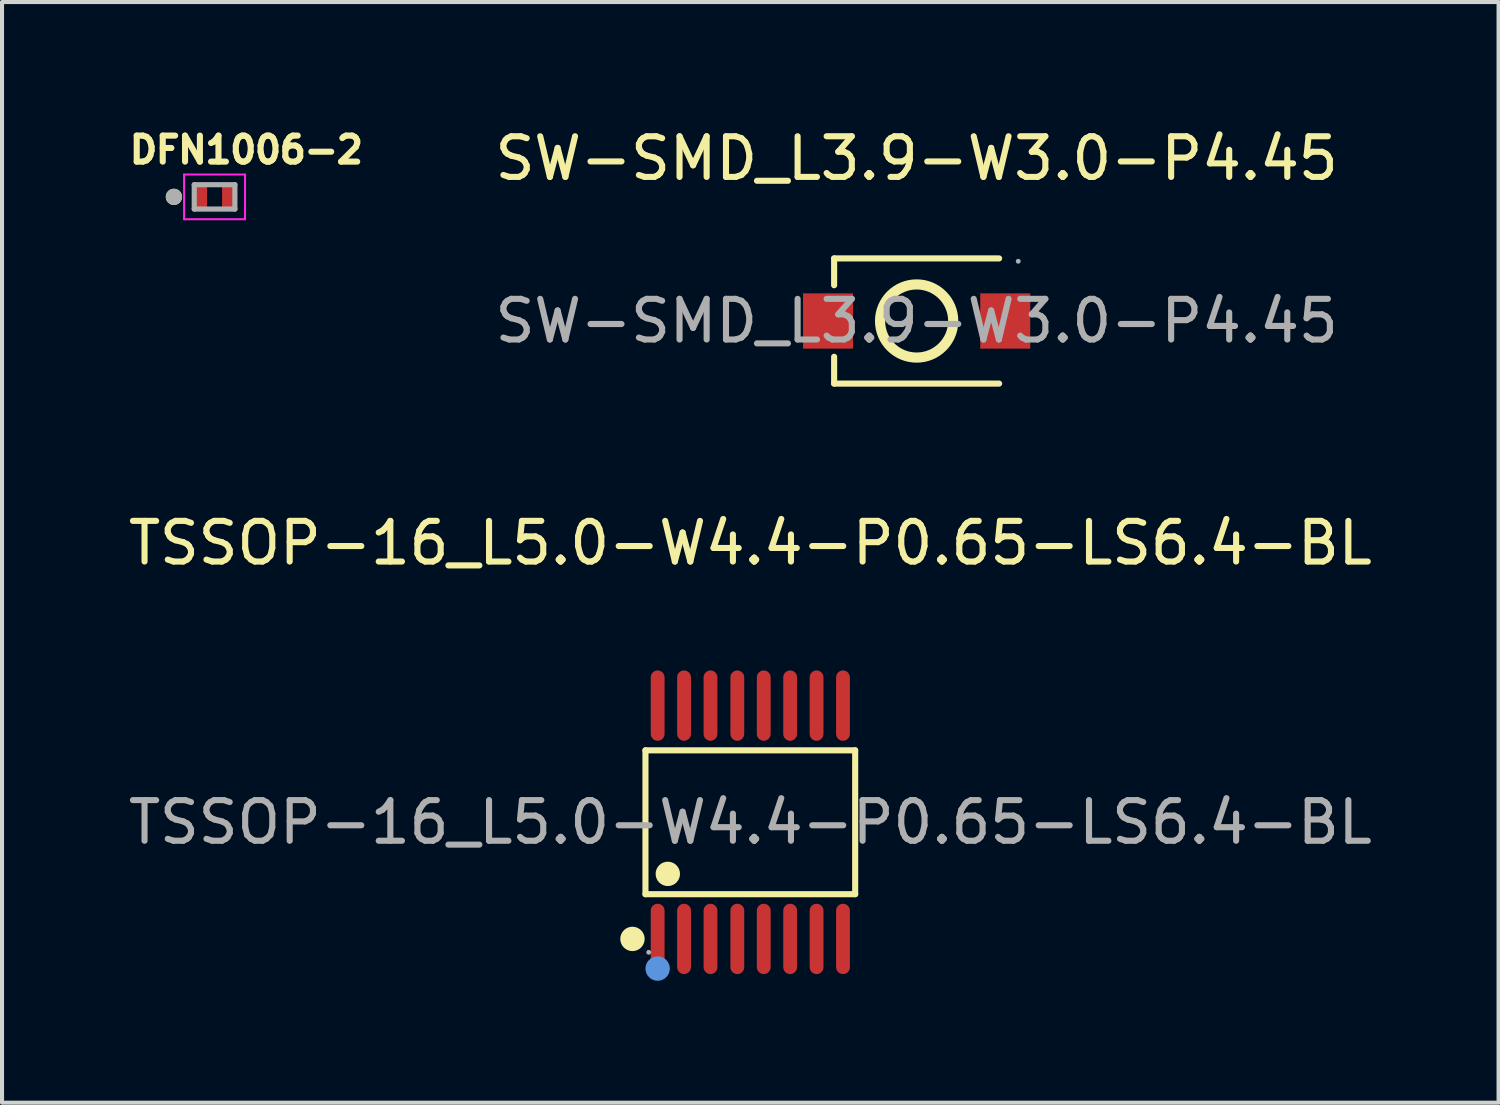
<source format=kicad_pcb>
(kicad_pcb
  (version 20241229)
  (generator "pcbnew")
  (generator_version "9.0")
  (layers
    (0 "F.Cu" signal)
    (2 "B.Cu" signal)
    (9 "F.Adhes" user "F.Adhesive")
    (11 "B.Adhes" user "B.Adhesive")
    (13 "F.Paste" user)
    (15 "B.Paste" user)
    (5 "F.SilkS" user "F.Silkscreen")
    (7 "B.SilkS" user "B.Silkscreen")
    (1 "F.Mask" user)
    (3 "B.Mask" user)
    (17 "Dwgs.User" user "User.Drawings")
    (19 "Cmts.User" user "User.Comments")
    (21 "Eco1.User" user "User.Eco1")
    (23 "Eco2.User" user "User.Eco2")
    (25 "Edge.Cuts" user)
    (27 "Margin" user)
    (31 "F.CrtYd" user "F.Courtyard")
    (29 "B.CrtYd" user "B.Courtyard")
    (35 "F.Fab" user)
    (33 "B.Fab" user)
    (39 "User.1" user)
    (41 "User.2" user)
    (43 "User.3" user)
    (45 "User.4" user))
  (footprint "SW-SMD_L3.9-W3.0-P4.45"
    (layer "F.Cu")
    (at 19.503 4.848)
    (property "Reference" "SW-SMD_L3.9-W3.0-P4.45" (at 0 -4 0) (layer "F.SilkS") (effects (font (size 1 1) (thickness 0.15))))
    (attr smd)
    (fp_line (start -2.03 -1.54) (end -2.03 -0.88) (stroke (width 0.15) (type solid)) (layer "F.SilkS"))
    (fp_line (start -2.03 1.54) (end -2.03 0.88) (stroke (width 0.15) (type solid)) (layer "F.SilkS"))
    (fp_line (start 2.03 -1.54) (end -2.03 -1.54) (stroke (width 0.15) (type solid)) (layer "F.SilkS"))
    (fp_line (start 2.03 1.54) (end -2.03 1.54) (stroke (width 0.15) (type solid)) (layer "F.SilkS"))
    (fp_circle (center 0 0) (end 0.9 0) (stroke (width 0.25) (type solid)) (fill no) (layer "F.SilkS"))
    (fp_circle (center 2.5 -1.47) (end 2.53 -1.47) (stroke (width 0.06) (type solid)) (fill no) (layer "F.Fab"))
    (fp_text user "${REFERENCE}" (at 0 0 0) (layer "F.Fab") (effects (font (size 1 1) (thickness 0.15))))
    (pad "1" smd rect (at -2.18 0) (size 1.23 1.36) (layers "F.Cu" "F.Mask" "F.Paste"))
    (pad "2" smd rect (at 2.18 0) (size 1.23 1.36) (layers "F.Cu" "F.Mask" "F.Paste")))
  (footprint "TSSOP-16_L5.0-W4.4-P0.65-LS6.4-BL"
    (layer "F.Cu")
    (at 15.411 17.181)
    (property "Reference" "TSSOP-16_L5.0-W4.4-P0.65-LS6.4-BL" (at 0 -6.87 0) (layer "F.SilkS") (effects (font (size 1 1) (thickness 0.15))))
    (attr smd)
    (fp_line (start -2.58 -1.77) (end 2.58 -1.77) (stroke (width 0.15) (type solid)) (layer "F.SilkS"))
    (fp_line (start -2.58 1.77) (end -2.58 -1.77) (stroke (width 0.15) (type solid)) (layer "F.SilkS"))
    (fp_line (start 2.58 -1.77) (end 2.58 1.77) (stroke (width 0.15) (type solid)) (layer "F.SilkS"))
    (fp_line (start 2.58 1.77) (end -2.58 1.77) (stroke (width 0.15) (type solid)) (layer "F.SilkS"))
    (fp_circle (center -2.9 2.87) (end -2.75 2.87) (stroke (width 0.3) (type solid)) (fill no) (layer "F.SilkS"))
    (fp_circle (center -2.03 1.27) (end -1.88 1.27) (stroke (width 0.3) (type solid)) (fill no) (layer "F.SilkS"))
    (fp_circle (center -2.28 3.6) (end -2.13 3.6) (stroke (width 0.3) (type solid)) (fill no) (layer "Cmts.User"))
    (fp_circle (center -2.5 3.2) (end -2.47 3.2) (stroke (width 0.06) (type solid)) (fill no) (layer "F.Fab"))
    (fp_text user "${REFERENCE}" (at 0 0 0) (layer "F.Fab") (effects (font (size 1 1) (thickness 0.15))))
    (pad "1" smd oval (at -2.28 2.87) (size 0.34 1.73) (layers "F.Cu" "F.Mask" "F.Paste"))
    (pad "2" smd oval (at -1.63 2.87) (size 0.34 1.73) (layers "F.Cu" "F.Mask" "F.Paste"))
    (pad "3" smd oval (at -0.98 2.87) (size 0.34 1.73) (layers "F.Cu" "F.Mask" "F.Paste"))
    (pad "4" smd oval (at -0.32 2.87) (size 0.34 1.73) (layers "F.Cu" "F.Mask" "F.Paste"))
    (pad "5" smd oval (at 0.33 2.87) (size 0.34 1.73) (layers "F.Cu" "F.Mask" "F.Paste"))
    (pad "6" smd oval (at 0.98 2.87) (size 0.34 1.73) (layers "F.Cu" "F.Mask" "F.Paste"))
    (pad "7" smd oval (at 1.63 2.87) (size 0.34 1.73) (layers "F.Cu" "F.Mask" "F.Paste"))
    (pad "8" smd oval (at 2.28 2.87) (size 0.34 1.73) (layers "F.Cu" "F.Mask" "F.Paste"))
    (pad "9" smd oval (at 2.28 -2.87) (size 0.34 1.73) (layers "F.Cu" "F.Mask" "F.Paste"))
    (pad "10" smd oval (at 1.63 -2.87) (size 0.34 1.73) (layers "F.Cu" "F.Mask" "F.Paste"))
    (pad "11" smd oval (at 0.98 -2.87) (size 0.34 1.73) (layers "F.Cu" "F.Mask" "F.Paste"))
    (pad "12" smd oval (at 0.33 -2.87) (size 0.34 1.73) (layers "F.Cu" "F.Mask" "F.Paste"))
    (pad "13" smd oval (at -0.32 -2.87) (size 0.34 1.73) (layers "F.Cu" "F.Mask" "F.Paste"))
    (pad "14" smd oval (at -0.98 -2.87) (size 0.34 1.73) (layers "F.Cu" "F.Mask" "F.Paste"))
    (pad "15" smd oval (at -1.63 -2.87) (size 0.34 1.73) (layers "F.Cu" "F.Mask" "F.Paste"))
    (pad "16" smd oval (at -2.28 -2.87) (size 0.34 1.73) (layers "F.Cu" "F.Mask" "F.Paste")))
  (footprint "DFN1006-2"
    (layer "F.Cu")
    (at 2.229 1.794)
    (property "Reference" "DFN1006-2" (at 0.782 -1.156 0) (layer "F.SilkS") (effects (font (size 0.64 0.64) (thickness 0.15))))
    (attr smd)
    (fp_circle (center -1 0) (end -0.9 0) (stroke (width 0.2) (type solid)) (fill no) (layer "F.SilkS"))
    (fp_line (start -0.75 -0.55) (end 0.75 -0.55) (stroke (width 0.05) (type solid)) (layer "F.CrtYd"))
    (fp_line (start -0.75 0.55) (end -0.75 -0.55) (stroke (width 0.05) (type solid)) (layer "F.CrtYd"))
    (fp_line (start 0.75 -0.55) (end 0.75 0.55) (stroke (width 0.05) (type solid)) (layer "F.CrtYd"))
    (fp_line (start 0.75 0.55) (end -0.75 0.55) (stroke (width 0.05) (type solid)) (layer "F.CrtYd"))
    (fp_line (start -0.5 -0.3) (end 0.5 -0.3) (stroke (width 0.127) (type solid)) (layer "F.Fab"))
    (fp_line (start -0.5 0.3) (end -0.5 -0.3) (stroke (width 0.127) (type solid)) (layer "F.Fab"))
    (fp_line (start 0.5 -0.3) (end 0.5 0.3) (stroke (width 0.127) (type solid)) (layer "F.Fab"))
    (fp_line (start 0.5 0.3) (end -0.5 0.3) (stroke (width 0.127) (type solid)) (layer "F.Fab"))
    (fp_circle (center -1 0) (end -0.9 0) (stroke (width 0.2) (type solid)) (fill no) (layer "F.Fab"))
    (pad "1" smd rect (at -0.325 0) (size 0.28 0.52) (layers "F.Cu" "F.Mask" "F.Paste"))
    (pad "2" smd rect (at 0.325 0) (size 0.28 0.52) (layers "F.Cu" "F.Mask" "F.Paste")))
  (gr_rect
    (start -3 -3)
    (end 33.821 24.081)
    (stroke (width 0.1) (type default))
    (fill no)
    (layer "Edge.Cuts")))
</source>
